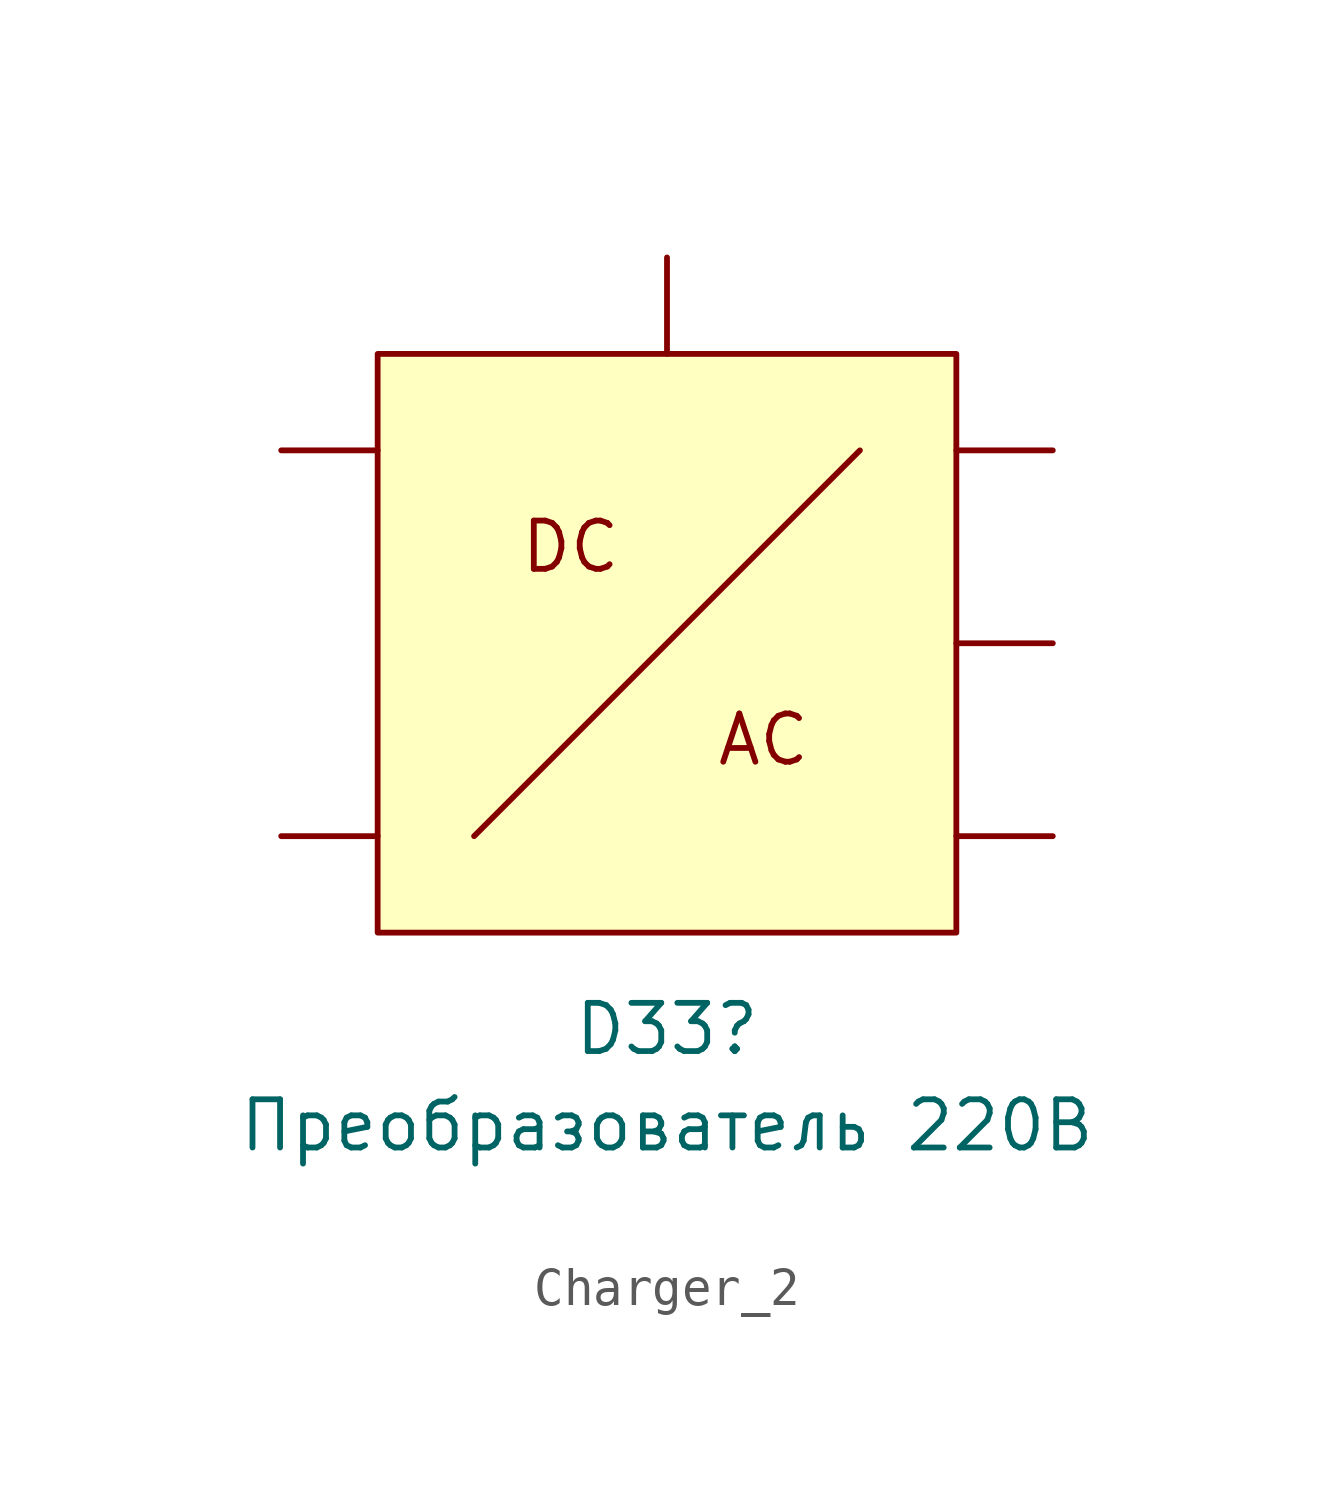
<source format=kicad_sym>
(kicad_symbol_lib
  (version 20211014)
  (generator kicad_symbol_editor)
  (symbol "Charger_2"
    (property "Reference" "D33"
      (at 0 -10.16 0)
      (effects (font (size 1.27 1.27))))
    (property "Value" "Преобразователь 220В"
      (at 0 -12.7 0)
      (effects (font (size 1.27 1.27))))
    (symbol "Charger_2_0_0"
      (polyline (pts (xy -5.08 -5.08) (xy 5.08 5.08)) (stroke (width 0) (type default) (color 0 0 0 0)) (fill (type none)))
      (text "AC" (at 2.54 -2.54 0) (effects (font (size 1.27 1.27))))
      (text "DC" (at -2.54 2.54 0) (effects (font (size 1.27 1.27)))))
    (symbol "Charger_2_0_1"
      (rectangle (start -7.62 7.62) (end 7.62 -7.62) (stroke (width 0) (type default) (color 0 0 0 0)) (fill (type background))))
    (symbol "Charger_2_1_1"
      (pin input line (at -10.16 -5.08 0) (length 2.54) (name "" (effects (font (size 1.27 1.27)))) (number "" (effects (font (size 1.27 1.27)))))
      (pin input line (at -10.16 5.08 0) (length 2.54) (name "" (effects (font (size 1.27 1.27)))) (number "" (effects (font (size 1.27 1.27)))))
      (pin input line (at 0 10.16 270) (length 2.54) (name "" (effects (font (size 1.27 1.27)))) (number "" (effects (font (size 1.27 1.27)))))
      (pin input line (at 10.16 -5.08 180) (length 2.54) (name "" (effects (font (size 1.27 1.27)))) (number "" (effects (font (size 1.27 1.27)))))
      (pin input line (at 10.16 0 180) (length 2.54) (name "" (effects (font (size 1.27 1.27)))) (number "" (effects (font (size 1.27 1.27)))))
      (pin input line (at 10.16 5.08 180) (length 2.54) (name "" (effects (font (size 1.27 1.27)))) (number "" (effects (font (size 1.27 1.27))))))))
</source>
